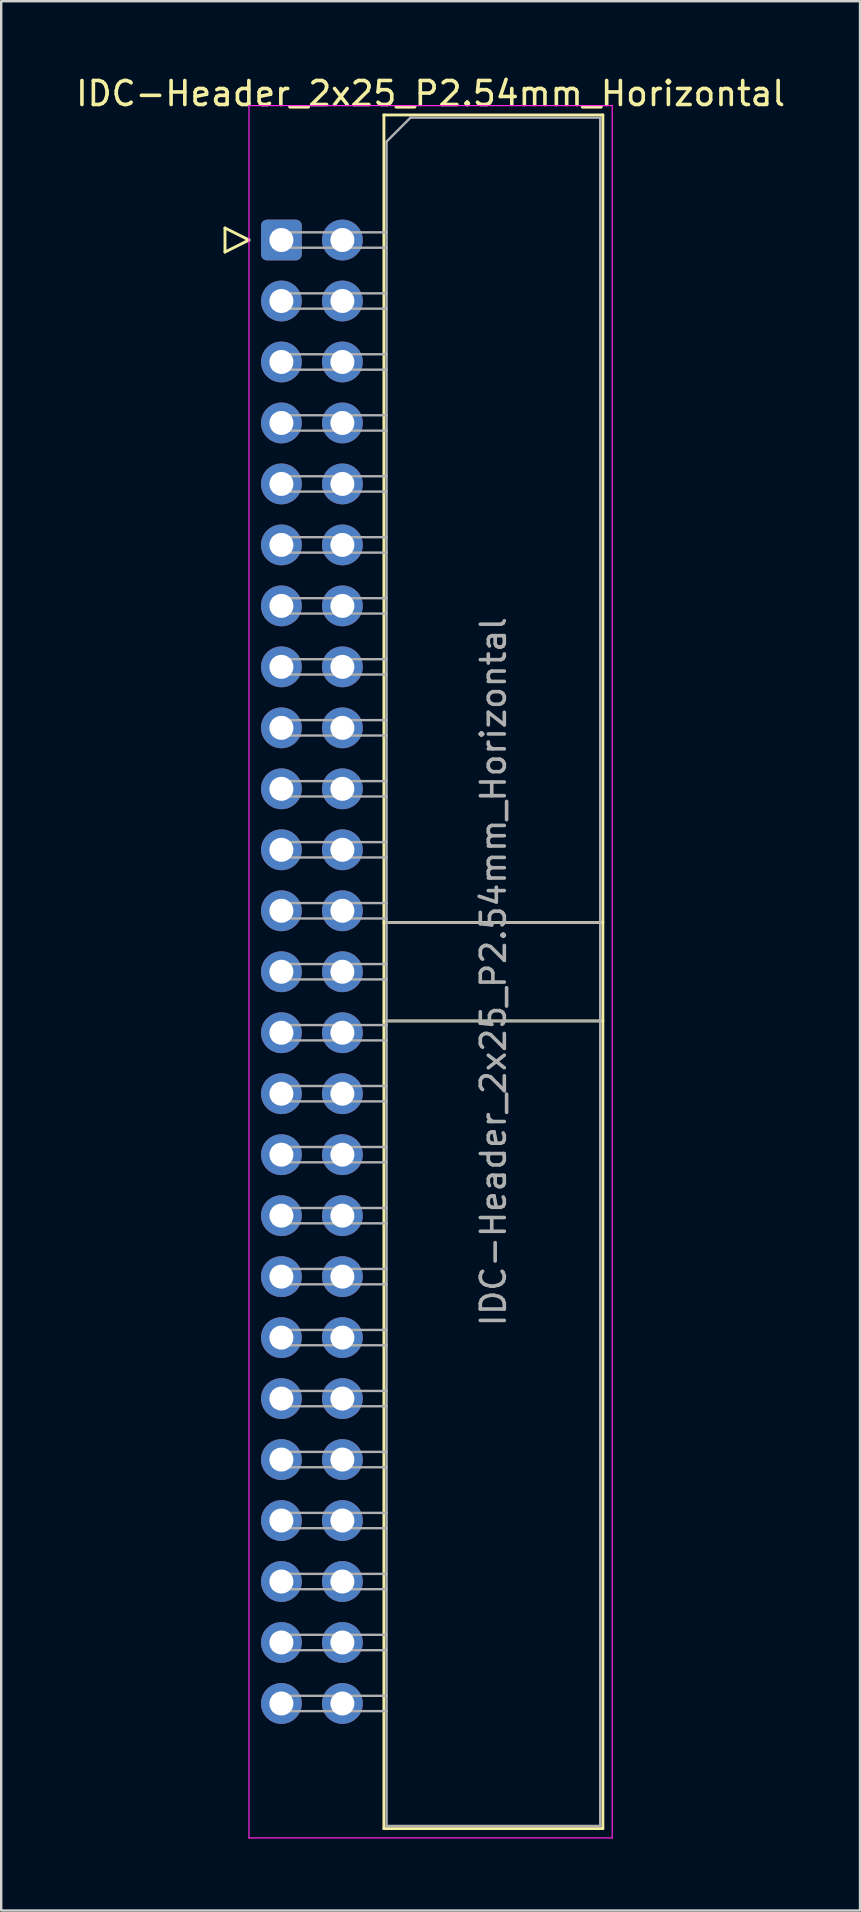
<source format=kicad_pcb>
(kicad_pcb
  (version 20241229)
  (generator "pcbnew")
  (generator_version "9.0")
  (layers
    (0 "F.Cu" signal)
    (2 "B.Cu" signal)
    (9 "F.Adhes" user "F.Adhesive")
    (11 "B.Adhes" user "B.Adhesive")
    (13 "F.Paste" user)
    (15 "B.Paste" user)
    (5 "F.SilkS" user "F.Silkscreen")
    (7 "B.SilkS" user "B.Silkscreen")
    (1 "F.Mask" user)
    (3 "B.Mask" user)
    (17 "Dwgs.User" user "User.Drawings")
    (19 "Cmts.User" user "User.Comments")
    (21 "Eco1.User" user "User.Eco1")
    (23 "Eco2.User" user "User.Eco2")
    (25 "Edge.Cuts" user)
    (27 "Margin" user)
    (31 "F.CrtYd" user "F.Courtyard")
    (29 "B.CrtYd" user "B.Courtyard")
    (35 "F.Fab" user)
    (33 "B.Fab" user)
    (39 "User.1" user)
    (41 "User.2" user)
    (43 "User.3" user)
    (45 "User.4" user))
  (footprint "IDC-Header_2x25_P2.54mm_Horizontal"
    (layer "F.Cu")
    (at 8.672 6.948)
    (property "Reference" "IDC-Header_2x25_P2.54mm_Horizontal" (at 6.215 -6.1 0) (layer "F.SilkS") (effects (font (size 1 1) (thickness 0.15))))
    (attr through_hole)
    (fp_line (start -2.35 -0.5) (end -2.35 0.5) (stroke (width 0.12) (type solid)) (layer "F.SilkS"))
    (fp_line (start -2.35 0.5) (end -1.35 0) (stroke (width 0.12) (type solid)) (layer "F.SilkS"))
    (fp_line (start -1.35 0) (end -2.35 -0.5) (stroke (width 0.12) (type solid)) (layer "F.SilkS"))
    (fp_line (start 4.27 -5.21) (end 13.39 -5.21) (stroke (width 0.12) (type solid)) (layer "F.SilkS"))
    (fp_line (start 4.27 28.43) (end 13.39 28.43) (stroke (width 0.12) (type solid)) (layer "F.SilkS"))
    (fp_line (start 4.27 32.53) (end 13.39 32.53) (stroke (width 0.12) (type solid)) (layer "F.SilkS"))
    (fp_line (start 4.27 66.17) (end 4.27 -5.21) (stroke (width 0.12) (type solid)) (layer "F.SilkS"))
    (fp_line (start 13.39 -5.21) (end 13.39 66.17) (stroke (width 0.12) (type solid)) (layer "F.SilkS"))
    (fp_line (start 13.39 66.17) (end 4.27 66.17) (stroke (width 0.12) (type solid)) (layer "F.SilkS"))
    (fp_line (start -1.35 -5.6) (end -1.35 66.56) (stroke (width 0.05) (type solid)) (layer "F.CrtYd"))
    (fp_line (start -1.35 66.56) (end 13.78 66.56) (stroke (width 0.05) (type solid)) (layer "F.CrtYd"))
    (fp_line (start 13.78 -5.6) (end -1.35 -5.6) (stroke (width 0.05) (type solid)) (layer "F.CrtYd"))
    (fp_line (start 13.78 66.56) (end 13.78 -5.6) (stroke (width 0.05) (type solid)) (layer "F.CrtYd"))
    (fp_line (start -0.32 -0.32) (end -0.32 0.32) (stroke (width 0.1) (type solid)) (layer "F.Fab"))
    (fp_line (start -0.32 0.32) (end 4.38 0.32) (stroke (width 0.1) (type solid)) (layer "F.Fab"))
    (fp_line (start -0.32 2.22) (end -0.32 2.86) (stroke (width 0.1) (type solid)) (layer "F.Fab"))
    (fp_line (start -0.32 2.86) (end 4.38 2.86) (stroke (width 0.1) (type solid)) (layer "F.Fab"))
    (fp_line (start -0.32 4.76) (end -0.32 5.4) (stroke (width 0.1) (type solid)) (layer "F.Fab"))
    (fp_line (start -0.32 5.4) (end 4.38 5.4) (stroke (width 0.1) (type solid)) (layer "F.Fab"))
    (fp_line (start -0.32 7.3) (end -0.32 7.94) (stroke (width 0.1) (type solid)) (layer "F.Fab"))
    (fp_line (start -0.32 7.94) (end 4.38 7.94) (stroke (width 0.1) (type solid)) (layer "F.Fab"))
    (fp_line (start -0.32 9.84) (end -0.32 10.48) (stroke (width 0.1) (type solid)) (layer "F.Fab"))
    (fp_line (start -0.32 10.48) (end 4.38 10.48) (stroke (width 0.1) (type solid)) (layer "F.Fab"))
    (fp_line (start -0.32 12.38) (end -0.32 13.02) (stroke (width 0.1) (type solid)) (layer "F.Fab"))
    (fp_line (start -0.32 13.02) (end 4.38 13.02) (stroke (width 0.1) (type solid)) (layer "F.Fab"))
    (fp_line (start -0.32 14.92) (end -0.32 15.56) (stroke (width 0.1) (type solid)) (layer "F.Fab"))
    (fp_line (start -0.32 15.56) (end 4.38 15.56) (stroke (width 0.1) (type solid)) (layer "F.Fab"))
    (fp_line (start -0.32 17.46) (end -0.32 18.1) (stroke (width 0.1) (type solid)) (layer "F.Fab"))
    (fp_line (start -0.32 18.1) (end 4.38 18.1) (stroke (width 0.1) (type solid)) (layer "F.Fab"))
    (fp_line (start -0.32 20) (end -0.32 20.64) (stroke (width 0.1) (type solid)) (layer "F.Fab"))
    (fp_line (start -0.32 20.64) (end 4.38 20.64) (stroke (width 0.1) (type solid)) (layer "F.Fab"))
    (fp_line (start -0.32 22.54) (end -0.32 23.18) (stroke (width 0.1) (type solid)) (layer "F.Fab"))
    (fp_line (start -0.32 23.18) (end 4.38 23.18) (stroke (width 0.1) (type solid)) (layer "F.Fab"))
    (fp_line (start -0.32 25.08) (end -0.32 25.72) (stroke (width 0.1) (type solid)) (layer "F.Fab"))
    (fp_line (start -0.32 25.72) (end 4.38 25.72) (stroke (width 0.1) (type solid)) (layer "F.Fab"))
    (fp_line (start -0.32 27.62) (end -0.32 28.26) (stroke (width 0.1) (type solid)) (layer "F.Fab"))
    (fp_line (start -0.32 28.26) (end 4.38 28.26) (stroke (width 0.1) (type solid)) (layer "F.Fab"))
    (fp_line (start -0.32 30.16) (end -0.32 30.8) (stroke (width 0.1) (type solid)) (layer "F.Fab"))
    (fp_line (start -0.32 30.8) (end 4.38 30.8) (stroke (width 0.1) (type solid)) (layer "F.Fab"))
    (fp_line (start -0.32 32.7) (end -0.32 33.34) (stroke (width 0.1) (type solid)) (layer "F.Fab"))
    (fp_line (start -0.32 33.34) (end 4.38 33.34) (stroke (width 0.1) (type solid)) (layer "F.Fab"))
    (fp_line (start -0.32 35.24) (end -0.32 35.88) (stroke (width 0.1) (type solid)) (layer "F.Fab"))
    (fp_line (start -0.32 35.88) (end 4.38 35.88) (stroke (width 0.1) (type solid)) (layer "F.Fab"))
    (fp_line (start -0.32 37.78) (end -0.32 38.42) (stroke (width 0.1) (type solid)) (layer "F.Fab"))
    (fp_line (start -0.32 38.42) (end 4.38 38.42) (stroke (width 0.1) (type solid)) (layer "F.Fab"))
    (fp_line (start -0.32 40.32) (end -0.32 40.96) (stroke (width 0.1) (type solid)) (layer "F.Fab"))
    (fp_line (start -0.32 40.96) (end 4.38 40.96) (stroke (width 0.1) (type solid)) (layer "F.Fab"))
    (fp_line (start -0.32 42.86) (end -0.32 43.5) (stroke (width 0.1) (type solid)) (layer "F.Fab"))
    (fp_line (start -0.32 43.5) (end 4.38 43.5) (stroke (width 0.1) (type solid)) (layer "F.Fab"))
    (fp_line (start -0.32 45.4) (end -0.32 46.04) (stroke (width 0.1) (type solid)) (layer "F.Fab"))
    (fp_line (start -0.32 46.04) (end 4.38 46.04) (stroke (width 0.1) (type solid)) (layer "F.Fab"))
    (fp_line (start -0.32 47.94) (end -0.32 48.58) (stroke (width 0.1) (type solid)) (layer "F.Fab"))
    (fp_line (start -0.32 48.58) (end 4.38 48.58) (stroke (width 0.1) (type solid)) (layer "F.Fab"))
    (fp_line (start -0.32 50.48) (end -0.32 51.12) (stroke (width 0.1) (type solid)) (layer "F.Fab"))
    (fp_line (start -0.32 51.12) (end 4.38 51.12) (stroke (width 0.1) (type solid)) (layer "F.Fab"))
    (fp_line (start -0.32 53.02) (end -0.32 53.66) (stroke (width 0.1) (type solid)) (layer "F.Fab"))
    (fp_line (start -0.32 53.66) (end 4.38 53.66) (stroke (width 0.1) (type solid)) (layer "F.Fab"))
    (fp_line (start -0.32 55.56) (end -0.32 56.2) (stroke (width 0.1) (type solid)) (layer "F.Fab"))
    (fp_line (start -0.32 56.2) (end 4.38 56.2) (stroke (width 0.1) (type solid)) (layer "F.Fab"))
    (fp_line (start -0.32 58.1) (end -0.32 58.74) (stroke (width 0.1) (type solid)) (layer "F.Fab"))
    (fp_line (start -0.32 58.74) (end 4.38 58.74) (stroke (width 0.1) (type solid)) (layer "F.Fab"))
    (fp_line (start -0.32 60.64) (end -0.32 61.28) (stroke (width 0.1) (type solid)) (layer "F.Fab"))
    (fp_line (start -0.32 61.28) (end 4.38 61.28) (stroke (width 0.1) (type solid)) (layer "F.Fab"))
    (fp_line (start 4.38 -4.1) (end 5.38 -5.1) (stroke (width 0.1) (type solid)) (layer "F.Fab"))
    (fp_line (start 4.38 -0.32) (end -0.32 -0.32) (stroke (width 0.1) (type solid)) (layer "F.Fab"))
    (fp_line (start 4.38 2.22) (end -0.32 2.22) (stroke (width 0.1) (type solid)) (layer "F.Fab"))
    (fp_line (start 4.38 4.76) (end -0.32 4.76) (stroke (width 0.1) (type solid)) (layer "F.Fab"))
    (fp_line (start 4.38 7.3) (end -0.32 7.3) (stroke (width 0.1) (type solid)) (layer "F.Fab"))
    (fp_line (start 4.38 9.84) (end -0.32 9.84) (stroke (width 0.1) (type solid)) (layer "F.Fab"))
    (fp_line (start 4.38 12.38) (end -0.32 12.38) (stroke (width 0.1) (type solid)) (layer "F.Fab"))
    (fp_line (start 4.38 14.92) (end -0.32 14.92) (stroke (width 0.1) (type solid)) (layer "F.Fab"))
    (fp_line (start 4.38 17.46) (end -0.32 17.46) (stroke (width 0.1) (type solid)) (layer "F.Fab"))
    (fp_line (start 4.38 20) (end -0.32 20) (stroke (width 0.1) (type solid)) (layer "F.Fab"))
    (fp_line (start 4.38 22.54) (end -0.32 22.54) (stroke (width 0.1) (type solid)) (layer "F.Fab"))
    (fp_line (start 4.38 25.08) (end -0.32 25.08) (stroke (width 0.1) (type solid)) (layer "F.Fab"))
    (fp_line (start 4.38 27.62) (end -0.32 27.62) (stroke (width 0.1) (type solid)) (layer "F.Fab"))
    (fp_line (start 4.38 28.43) (end 13.28 28.43) (stroke (width 0.1) (type solid)) (layer "F.Fab"))
    (fp_line (start 4.38 30.16) (end -0.32 30.16) (stroke (width 0.1) (type solid)) (layer "F.Fab"))
    (fp_line (start 4.38 32.53) (end 13.28 32.53) (stroke (width 0.1) (type solid)) (layer "F.Fab"))
    (fp_line (start 4.38 32.7) (end -0.32 32.7) (stroke (width 0.1) (type solid)) (layer "F.Fab"))
    (fp_line (start 4.38 35.24) (end -0.32 35.24) (stroke (width 0.1) (type solid)) (layer "F.Fab"))
    (fp_line (start 4.38 37.78) (end -0.32 37.78) (stroke (width 0.1) (type solid)) (layer "F.Fab"))
    (fp_line (start 4.38 40.32) (end -0.32 40.32) (stroke (width 0.1) (type solid)) (layer "F.Fab"))
    (fp_line (start 4.38 42.86) (end -0.32 42.86) (stroke (width 0.1) (type solid)) (layer "F.Fab"))
    (fp_line (start 4.38 45.4) (end -0.32 45.4) (stroke (width 0.1) (type solid)) (layer "F.Fab"))
    (fp_line (start 4.38 47.94) (end -0.32 47.94) (stroke (width 0.1) (type solid)) (layer "F.Fab"))
    (fp_line (start 4.38 50.48) (end -0.32 50.48) (stroke (width 0.1) (type solid)) (layer "F.Fab"))
    (fp_line (start 4.38 53.02) (end -0.32 53.02) (stroke (width 0.1) (type solid)) (layer "F.Fab"))
    (fp_line (start 4.38 55.56) (end -0.32 55.56) (stroke (width 0.1) (type solid)) (layer "F.Fab"))
    (fp_line (start 4.38 58.1) (end -0.32 58.1) (stroke (width 0.1) (type solid)) (layer "F.Fab"))
    (fp_line (start 4.38 60.64) (end -0.32 60.64) (stroke (width 0.1) (type solid)) (layer "F.Fab"))
    (fp_line (start 4.38 66.06) (end 4.38 -4.1) (stroke (width 0.1) (type solid)) (layer "F.Fab"))
    (fp_line (start 5.38 -5.1) (end 13.28 -5.1) (stroke (width 0.1) (type solid)) (layer "F.Fab"))
    (fp_line (start 13.28 -5.1) (end 13.28 66.06) (stroke (width 0.1) (type solid)) (layer "F.Fab"))
    (fp_line (start 13.28 66.06) (end 4.38 66.06) (stroke (width 0.1) (type solid)) (layer "F.Fab"))
    (fp_text user "${REFERENCE}" (at 8.83 30.48 90) (layer "F.Fab") (effects (font (size 1 1) (thickness 0.15))))
    (pad "1" thru_hole roundrect (at 0 0) (size 1.7 1.7) (drill 1) (layers "*.Cu" "*.Mask") (roundrect_rratio 0.147))
    (pad "2" thru_hole circle (at 2.54 0) (size 1.7 1.7) (drill 1) (layers "*.Cu" "*.Mask"))
    (pad "3" thru_hole circle (at 0 2.54) (size 1.7 1.7) (drill 1) (layers "*.Cu" "*.Mask"))
    (pad "4" thru_hole circle (at 2.54 2.54) (size 1.7 1.7) (drill 1) (layers "*.Cu" "*.Mask"))
    (pad "5" thru_hole circle (at 0 5.08) (size 1.7 1.7) (drill 1) (layers "*.Cu" "*.Mask"))
    (pad "6" thru_hole circle (at 2.54 5.08) (size 1.7 1.7) (drill 1) (layers "*.Cu" "*.Mask"))
    (pad "7" thru_hole circle (at 0 7.62) (size 1.7 1.7) (drill 1) (layers "*.Cu" "*.Mask"))
    (pad "8" thru_hole circle (at 2.54 7.62) (size 1.7 1.7) (drill 1) (layers "*.Cu" "*.Mask"))
    (pad "9" thru_hole circle (at 0 10.16) (size 1.7 1.7) (drill 1) (layers "*.Cu" "*.Mask"))
    (pad "10" thru_hole circle (at 2.54 10.16) (size 1.7 1.7) (drill 1) (layers "*.Cu" "*.Mask"))
    (pad "11" thru_hole circle (at 0 12.7) (size 1.7 1.7) (drill 1) (layers "*.Cu" "*.Mask"))
    (pad "12" thru_hole circle (at 2.54 12.7) (size 1.7 1.7) (drill 1) (layers "*.Cu" "*.Mask"))
    (pad "13" thru_hole circle (at 0 15.24) (size 1.7 1.7) (drill 1) (layers "*.Cu" "*.Mask"))
    (pad "14" thru_hole circle (at 2.54 15.24) (size 1.7 1.7) (drill 1) (layers "*.Cu" "*.Mask"))
    (pad "15" thru_hole circle (at 0 17.78) (size 1.7 1.7) (drill 1) (layers "*.Cu" "*.Mask"))
    (pad "16" thru_hole circle (at 2.54 17.78) (size 1.7 1.7) (drill 1) (layers "*.Cu" "*.Mask"))
    (pad "17" thru_hole circle (at 0 20.32) (size 1.7 1.7) (drill 1) (layers "*.Cu" "*.Mask"))
    (pad "18" thru_hole circle (at 2.54 20.32) (size 1.7 1.7) (drill 1) (layers "*.Cu" "*.Mask"))
    (pad "19" thru_hole circle (at 0 22.86) (size 1.7 1.7) (drill 1) (layers "*.Cu" "*.Mask"))
    (pad "20" thru_hole circle (at 2.54 22.86) (size 1.7 1.7) (drill 1) (layers "*.Cu" "*.Mask"))
    (pad "21" thru_hole circle (at 0 25.4) (size 1.7 1.7) (drill 1) (layers "*.Cu" "*.Mask"))
    (pad "22" thru_hole circle (at 2.54 25.4) (size 1.7 1.7) (drill 1) (layers "*.Cu" "*.Mask"))
    (pad "23" thru_hole circle (at 0 27.94) (size 1.7 1.7) (drill 1) (layers "*.Cu" "*.Mask"))
    (pad "24" thru_hole circle (at 2.54 27.94) (size 1.7 1.7) (drill 1) (layers "*.Cu" "*.Mask"))
    (pad "25" thru_hole circle (at 0 30.48) (size 1.7 1.7) (drill 1) (layers "*.Cu" "*.Mask"))
    (pad "26" thru_hole circle (at 2.54 30.48) (size 1.7 1.7) (drill 1) (layers "*.Cu" "*.Mask"))
    (pad "27" thru_hole circle (at 0 33.02) (size 1.7 1.7) (drill 1) (layers "*.Cu" "*.Mask"))
    (pad "28" thru_hole circle (at 2.54 33.02) (size 1.7 1.7) (drill 1) (layers "*.Cu" "*.Mask"))
    (pad "29" thru_hole circle (at 0 35.56) (size 1.7 1.7) (drill 1) (layers "*.Cu" "*.Mask"))
    (pad "30" thru_hole circle (at 2.54 35.56) (size 1.7 1.7) (drill 1) (layers "*.Cu" "*.Mask"))
    (pad "31" thru_hole circle (at 0 38.1) (size 1.7 1.7) (drill 1) (layers "*.Cu" "*.Mask"))
    (pad "32" thru_hole circle (at 2.54 38.1) (size 1.7 1.7) (drill 1) (layers "*.Cu" "*.Mask"))
    (pad "33" thru_hole circle (at 0 40.64) (size 1.7 1.7) (drill 1) (layers "*.Cu" "*.Mask"))
    (pad "34" thru_hole circle (at 2.54 40.64) (size 1.7 1.7) (drill 1) (layers "*.Cu" "*.Mask"))
    (pad "35" thru_hole circle (at 0 43.18) (size 1.7 1.7) (drill 1) (layers "*.Cu" "*.Mask"))
    (pad "36" thru_hole circle (at 2.54 43.18) (size 1.7 1.7) (drill 1) (layers "*.Cu" "*.Mask"))
    (pad "37" thru_hole circle (at 0 45.72) (size 1.7 1.7) (drill 1) (layers "*.Cu" "*.Mask"))
    (pad "38" thru_hole circle (at 2.54 45.72) (size 1.7 1.7) (drill 1) (layers "*.Cu" "*.Mask"))
    (pad "39" thru_hole circle (at 0 48.26) (size 1.7 1.7) (drill 1) (layers "*.Cu" "*.Mask"))
    (pad "40" thru_hole circle (at 2.54 48.26) (size 1.7 1.7) (drill 1) (layers "*.Cu" "*.Mask"))
    (pad "41" thru_hole circle (at 0 50.8) (size 1.7 1.7) (drill 1) (layers "*.Cu" "*.Mask"))
    (pad "42" thru_hole circle (at 2.54 50.8) (size 1.7 1.7) (drill 1) (layers "*.Cu" "*.Mask"))
    (pad "43" thru_hole circle (at 0 53.34) (size 1.7 1.7) (drill 1) (layers "*.Cu" "*.Mask"))
    (pad "44" thru_hole circle (at 2.54 53.34) (size 1.7 1.7) (drill 1) (layers "*.Cu" "*.Mask"))
    (pad "45" thru_hole circle (at 0 55.88) (size 1.7 1.7) (drill 1) (layers "*.Cu" "*.Mask"))
    (pad "46" thru_hole circle (at 2.54 55.88) (size 1.7 1.7) (drill 1) (layers "*.Cu" "*.Mask"))
    (pad "47" thru_hole circle (at 0 58.42) (size 1.7 1.7) (drill 1) (layers "*.Cu" "*.Mask"))
    (pad "48" thru_hole circle (at 2.54 58.42) (size 1.7 1.7) (drill 1) (layers "*.Cu" "*.Mask"))
    (pad "49" thru_hole circle (at 0 60.96) (size 1.7 1.7) (drill 1) (layers "*.Cu" "*.Mask"))
    (pad "50" thru_hole circle (at 2.54 60.96) (size 1.7 1.7) (drill 1) (layers "*.Cu" "*.Mask")))
  (gr_rect
    (start -3 -3)
    (end 32.774 76.533)
    (stroke (width 0.1) (type default))
    (fill no)
    (layer "Edge.Cuts")))
</source>
